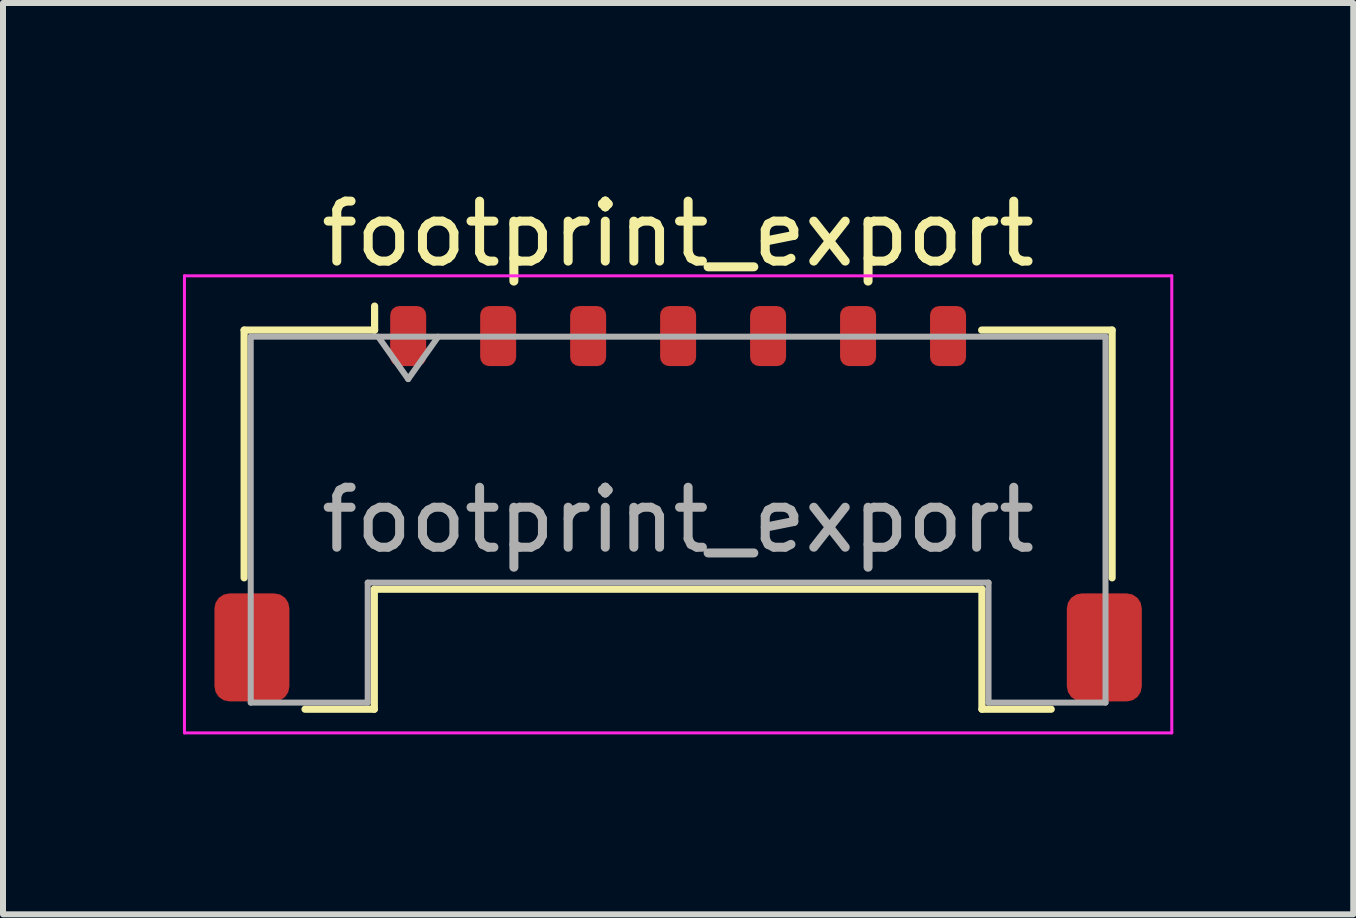
<source format=kicad_pcb>
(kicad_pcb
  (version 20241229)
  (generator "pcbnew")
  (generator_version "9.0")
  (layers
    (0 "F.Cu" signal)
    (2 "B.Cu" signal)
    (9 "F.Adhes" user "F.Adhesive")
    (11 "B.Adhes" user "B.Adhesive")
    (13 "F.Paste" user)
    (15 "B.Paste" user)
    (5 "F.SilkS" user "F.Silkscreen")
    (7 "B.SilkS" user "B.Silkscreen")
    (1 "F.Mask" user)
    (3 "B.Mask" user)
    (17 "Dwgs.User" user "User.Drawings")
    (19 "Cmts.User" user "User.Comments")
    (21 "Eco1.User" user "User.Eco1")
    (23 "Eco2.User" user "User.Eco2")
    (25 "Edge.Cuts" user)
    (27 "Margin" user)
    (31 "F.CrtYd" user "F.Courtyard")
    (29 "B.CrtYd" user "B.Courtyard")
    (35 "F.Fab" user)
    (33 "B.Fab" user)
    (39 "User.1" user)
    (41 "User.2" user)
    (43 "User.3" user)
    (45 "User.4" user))
  (footprint "footprint_export"
    (layer "F.Cu")
    (at 8.255 5.348)
    (property "Reference" "footprint_export" (at 0 -4.5 0) (layer "F.SilkS") (effects (font (size 1 1) (thickness 0.15))))
    (attr smd)
    (fp_line (start -7.235 -2.895) (end -5.06 -2.895) (stroke (width 0.12) (type solid)) (layer "F.SilkS"))
    (fp_line (start -7.235 1.235) (end -7.235 -2.895) (stroke (width 0.12) (type solid)) (layer "F.SilkS"))
    (fp_line (start -6.22 3.425) (end -5.065 3.425) (stroke (width 0.12) (type solid)) (layer "F.SilkS"))
    (fp_line (start -5.065 1.425) (end 5.065 1.425) (stroke (width 0.12) (type solid)) (layer "F.SilkS"))
    (fp_line (start -5.065 3.425) (end -5.065 1.425) (stroke (width 0.12) (type solid)) (layer "F.SilkS"))
    (fp_line (start -5.06 -2.895) (end -5.06 -3.295) (stroke (width 0.12) (type solid)) (layer "F.SilkS"))
    (fp_line (start 5.065 1.425) (end 5.065 3.425) (stroke (width 0.12) (type solid)) (layer "F.SilkS"))
    (fp_line (start 5.065 3.425) (end 6.22 3.425) (stroke (width 0.12) (type solid)) (layer "F.SilkS"))
    (fp_line (start 7.235 -2.895) (end 5.06 -2.895) (stroke (width 0.12) (type solid)) (layer "F.SilkS"))
    (fp_line (start 7.235 1.235) (end 7.235 -2.895) (stroke (width 0.12) (type solid)) (layer "F.SilkS"))
    (fp_line (start -8.23 -3.8) (end -8.23 3.82) (stroke (width 0.05) (type solid)) (layer "F.CrtYd"))
    (fp_line (start -8.23 3.82) (end 8.23 3.82) (stroke (width 0.05) (type solid)) (layer "F.CrtYd"))
    (fp_line (start 8.23 -3.8) (end -8.23 -3.8) (stroke (width 0.05) (type solid)) (layer "F.CrtYd"))
    (fp_line (start 8.23 3.82) (end 8.23 -3.8) (stroke (width 0.05) (type solid)) (layer "F.CrtYd"))
    (fp_line (start -7.125 -2.785) (end -7.125 3.315) (stroke (width 0.1) (type solid)) (layer "F.Fab"))
    (fp_line (start -7.125 -2.785) (end 7.125 -2.785) (stroke (width 0.1) (type solid)) (layer "F.Fab"))
    (fp_line (start -7.125 3.315) (end -5.175 3.315) (stroke (width 0.1) (type solid)) (layer "F.Fab"))
    (fp_line (start -5.175 1.315) (end 5.175 1.315) (stroke (width 0.1) (type solid)) (layer "F.Fab"))
    (fp_line (start -5.175 3.315) (end -5.175 1.315) (stroke (width 0.1) (type solid)) (layer "F.Fab"))
    (fp_line (start -5 -2.785) (end -4.5 -2.078) (stroke (width 0.1) (type solid)) (layer "F.Fab"))
    (fp_line (start -4.5 -2.078) (end -4 -2.785) (stroke (width 0.1) (type solid)) (layer "F.Fab"))
    (fp_line (start 5.175 1.315) (end 5.175 3.315) (stroke (width 0.1) (type solid)) (layer "F.Fab"))
    (fp_line (start 5.175 3.315) (end 7.125 3.315) (stroke (width 0.1) (type solid)) (layer "F.Fab"))
    (fp_line (start 7.125 -2.785) (end 7.125 3.315) (stroke (width 0.1) (type solid)) (layer "F.Fab"))
    (fp_text user "${REFERENCE}" (at 0 0.27 0) (layer "F.Fab") (effects (font (size 1 1) (thickness 0.15))))
    (pad "1" smd roundrect (at -4.5 -2.795) (size 0.6 1) (layers "F.Cu" "F.Mask" "F.Paste") (roundrect_rratio 0.25))
    (pad "2" smd roundrect (at -3 -2.795) (size 0.6 1) (layers "F.Cu" "F.Mask" "F.Paste") (roundrect_rratio 0.25))
    (pad "3" smd roundrect (at -1.5 -2.795) (size 0.6 1) (layers "F.Cu" "F.Mask" "F.Paste") (roundrect_rratio 0.25))
    (pad "4" smd roundrect (at 0 -2.795) (size 0.6 1) (layers "F.Cu" "F.Mask" "F.Paste") (roundrect_rratio 0.25))
    (pad "5" smd roundrect (at 1.5 -2.795) (size 0.6 1) (layers "F.Cu" "F.Mask" "F.Paste") (roundrect_rratio 0.25))
    (pad "6" smd roundrect (at 3 -2.795) (size 0.6 1) (layers "F.Cu" "F.Mask" "F.Paste") (roundrect_rratio 0.25))
    (pad "7" smd roundrect (at 4.5 -2.795) (size 0.6 1) (layers "F.Cu" "F.Mask" "F.Paste") (roundrect_rratio 0.25))
    (pad "MP" smd roundrect (at -7.105 2.395) (size 1.25 1.8) (layers "F.Cu" "F.Mask" "F.Paste") (roundrect_rratio 0.2))
    (pad "MP" smd roundrect (at 7.105 2.395) (size 1.25 1.8) (layers "F.Cu" "F.Mask" "F.Paste") (roundrect_rratio 0.2)))
  (gr_rect
    (start -3 -3)
    (end 19.51 12.193)
    (stroke (width 0.1) (type default))
    (fill no)
    (layer "Edge.Cuts")))
</source>
